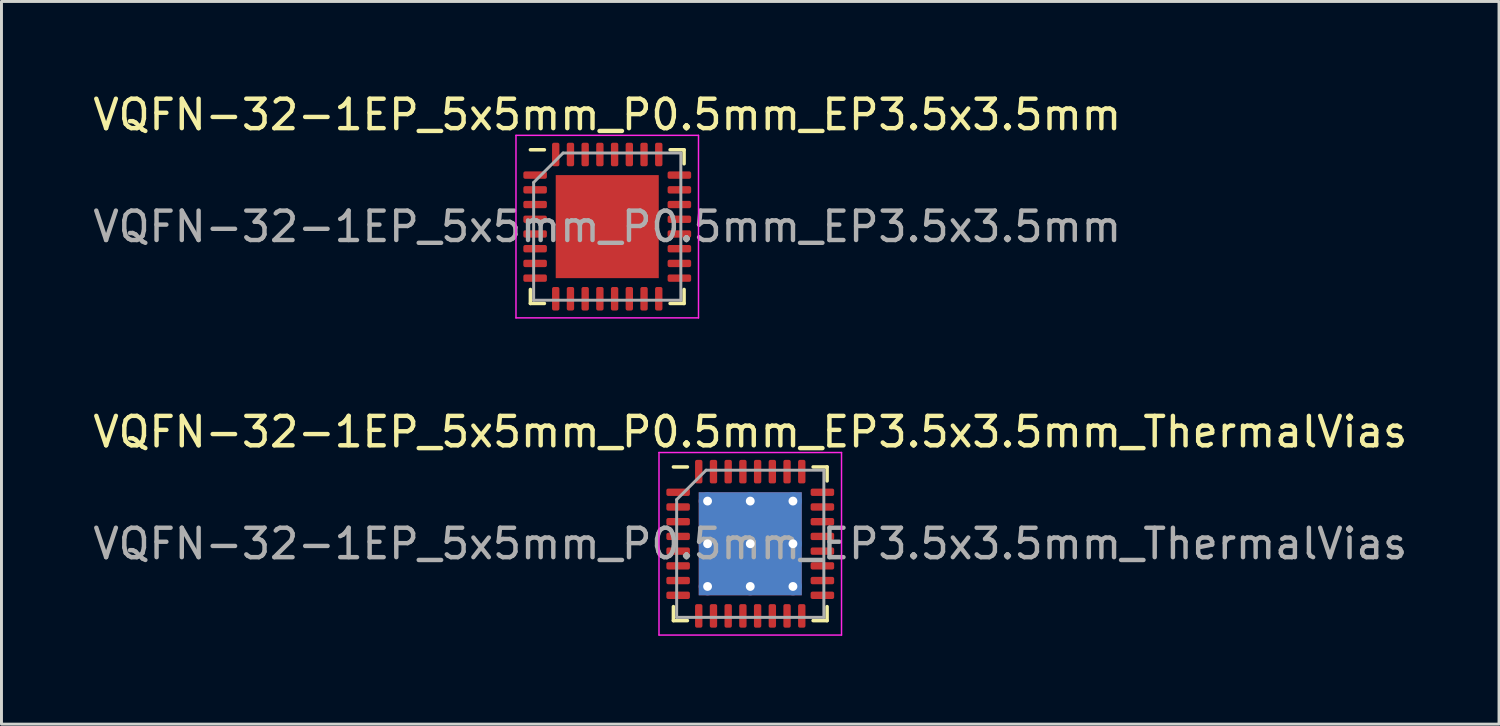
<source format=kicad_pcb>
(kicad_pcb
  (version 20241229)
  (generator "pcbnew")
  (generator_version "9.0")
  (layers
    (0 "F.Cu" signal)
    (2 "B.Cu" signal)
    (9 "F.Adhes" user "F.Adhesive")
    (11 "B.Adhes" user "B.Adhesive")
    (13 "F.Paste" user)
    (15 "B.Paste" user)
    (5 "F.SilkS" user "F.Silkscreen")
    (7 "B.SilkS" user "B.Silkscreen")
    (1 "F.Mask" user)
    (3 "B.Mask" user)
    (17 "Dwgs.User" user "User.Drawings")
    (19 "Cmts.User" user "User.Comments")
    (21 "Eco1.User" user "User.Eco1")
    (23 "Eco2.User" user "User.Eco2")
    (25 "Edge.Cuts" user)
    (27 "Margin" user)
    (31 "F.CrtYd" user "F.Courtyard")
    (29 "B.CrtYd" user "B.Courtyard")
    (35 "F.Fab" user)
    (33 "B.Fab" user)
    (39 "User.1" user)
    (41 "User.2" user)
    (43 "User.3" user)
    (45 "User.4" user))
  (footprint "VQFN-32-1EP_5x5mm_P0.5mm_EP3.5x3.5mm"
    (layer "F.Cu")
    (at 17.577 4.648)
    (property "Reference" "VQFN-32-1EP_5x5mm_P0.5mm_EP3.5x3.5mm" (at 0 -3.8 0) (layer "F.SilkS") (effects (font (size 1 1) (thickness 0.15))))
    (attr smd)
    (fp_line (start -2.61 2.61) (end -2.61 2.135) (stroke (width 0.12) (type solid)) (layer "F.SilkS"))
    (fp_line (start -2.135 -2.61) (end -2.61 -2.61) (stroke (width 0.12) (type solid)) (layer "F.SilkS"))
    (fp_line (start -2.135 2.61) (end -2.61 2.61) (stroke (width 0.12) (type solid)) (layer "F.SilkS"))
    (fp_line (start 2.135 -2.61) (end 2.61 -2.61) (stroke (width 0.12) (type solid)) (layer "F.SilkS"))
    (fp_line (start 2.135 2.61) (end 2.61 2.61) (stroke (width 0.12) (type solid)) (layer "F.SilkS"))
    (fp_line (start 2.61 -2.61) (end 2.61 -2.135) (stroke (width 0.12) (type solid)) (layer "F.SilkS"))
    (fp_line (start 2.61 2.61) (end 2.61 2.135) (stroke (width 0.12) (type solid)) (layer "F.SilkS"))
    (fp_line (start -3.1 -3.1) (end -3.1 3.1) (stroke (width 0.05) (type solid)) (layer "F.CrtYd"))
    (fp_line (start -3.1 3.1) (end 3.1 3.1) (stroke (width 0.05) (type solid)) (layer "F.CrtYd"))
    (fp_line (start 3.1 -3.1) (end -3.1 -3.1) (stroke (width 0.05) (type solid)) (layer "F.CrtYd"))
    (fp_line (start 3.1 3.1) (end 3.1 -3.1) (stroke (width 0.05) (type solid)) (layer "F.CrtYd"))
    (fp_line (start -2.5 -1.5) (end -1.5 -2.5) (stroke (width 0.1) (type solid)) (layer "F.Fab"))
    (fp_line (start -2.5 2.5) (end -2.5 -1.5) (stroke (width 0.1) (type solid)) (layer "F.Fab"))
    (fp_line (start -1.5 -2.5) (end 2.5 -2.5) (stroke (width 0.1) (type solid)) (layer "F.Fab"))
    (fp_line (start 2.5 -2.5) (end 2.5 2.5) (stroke (width 0.1) (type solid)) (layer "F.Fab"))
    (fp_line (start 2.5 2.5) (end -2.5 2.5) (stroke (width 0.1) (type solid)) (layer "F.Fab"))
    (fp_text user "${REFERENCE}" (at 0 0 0) (layer "F.Fab") (effects (font (size 1 1) (thickness 0.15))))
    (pad "" smd roundrect (at -0.875 -0.875) (size 1.41 1.41) (layers "F.Paste") (roundrect_rratio 0.177))
    (pad "" smd roundrect (at -0.875 0.875) (size 1.41 1.41) (layers "F.Paste") (roundrect_rratio 0.177))
    (pad "" smd roundrect (at 0.875 -0.875) (size 1.41 1.41) (layers "F.Paste") (roundrect_rratio 0.177))
    (pad "" smd roundrect (at 0.875 0.875) (size 1.41 1.41) (layers "F.Paste") (roundrect_rratio 0.177))
    (pad "1" smd roundrect (at -2.45 -1.75) (size 0.8 0.25) (layers "F.Cu" "F.Mask" "F.Paste") (roundrect_rratio 0.25))
    (pad "2" smd roundrect (at -2.45 -1.25) (size 0.8 0.25) (layers "F.Cu" "F.Mask" "F.Paste") (roundrect_rratio 0.25))
    (pad "3" smd roundrect (at -2.45 -0.75) (size 0.8 0.25) (layers "F.Cu" "F.Mask" "F.Paste") (roundrect_rratio 0.25))
    (pad "4" smd roundrect (at -2.45 -0.25) (size 0.8 0.25) (layers "F.Cu" "F.Mask" "F.Paste") (roundrect_rratio 0.25))
    (pad "5" smd roundrect (at -2.45 0.25) (size 0.8 0.25) (layers "F.Cu" "F.Mask" "F.Paste") (roundrect_rratio 0.25))
    (pad "6" smd roundrect (at -2.45 0.75) (size 0.8 0.25) (layers "F.Cu" "F.Mask" "F.Paste") (roundrect_rratio 0.25))
    (pad "7" smd roundrect (at -2.45 1.25) (size 0.8 0.25) (layers "F.Cu" "F.Mask" "F.Paste") (roundrect_rratio 0.25))
    (pad "8" smd roundrect (at -2.45 1.75) (size 0.8 0.25) (layers "F.Cu" "F.Mask" "F.Paste") (roundrect_rratio 0.25))
    (pad "9" smd roundrect (at -1.75 2.45) (size 0.25 0.8) (layers "F.Cu" "F.Mask" "F.Paste") (roundrect_rratio 0.25))
    (pad "10" smd roundrect (at -1.25 2.45) (size 0.25 0.8) (layers "F.Cu" "F.Mask" "F.Paste") (roundrect_rratio 0.25))
    (pad "11" smd roundrect (at -0.75 2.45) (size 0.25 0.8) (layers "F.Cu" "F.Mask" "F.Paste") (roundrect_rratio 0.25))
    (pad "12" smd roundrect (at -0.25 2.45) (size 0.25 0.8) (layers "F.Cu" "F.Mask" "F.Paste") (roundrect_rratio 0.25))
    (pad "13" smd roundrect (at 0.25 2.45) (size 0.25 0.8) (layers "F.Cu" "F.Mask" "F.Paste") (roundrect_rratio 0.25))
    (pad "14" smd roundrect (at 0.75 2.45) (size 0.25 0.8) (layers "F.Cu" "F.Mask" "F.Paste") (roundrect_rratio 0.25))
    (pad "15" smd roundrect (at 1.25 2.45) (size 0.25 0.8) (layers "F.Cu" "F.Mask" "F.Paste") (roundrect_rratio 0.25))
    (pad "16" smd roundrect (at 1.75 2.45) (size 0.25 0.8) (layers "F.Cu" "F.Mask" "F.Paste") (roundrect_rratio 0.25))
    (pad "17" smd roundrect (at 2.45 1.75) (size 0.8 0.25) (layers "F.Cu" "F.Mask" "F.Paste") (roundrect_rratio 0.25))
    (pad "18" smd roundrect (at 2.45 1.25) (size 0.8 0.25) (layers "F.Cu" "F.Mask" "F.Paste") (roundrect_rratio 0.25))
    (pad "19" smd roundrect (at 2.45 0.75) (size 0.8 0.25) (layers "F.Cu" "F.Mask" "F.Paste") (roundrect_rratio 0.25))
    (pad "20" smd roundrect (at 2.45 0.25) (size 0.8 0.25) (layers "F.Cu" "F.Mask" "F.Paste") (roundrect_rratio 0.25))
    (pad "21" smd roundrect (at 2.45 -0.25) (size 0.8 0.25) (layers "F.Cu" "F.Mask" "F.Paste") (roundrect_rratio 0.25))
    (pad "22" smd roundrect (at 2.45 -0.75) (size 0.8 0.25) (layers "F.Cu" "F.Mask" "F.Paste") (roundrect_rratio 0.25))
    (pad "23" smd roundrect (at 2.45 -1.25) (size 0.8 0.25) (layers "F.Cu" "F.Mask" "F.Paste") (roundrect_rratio 0.25))
    (pad "24" smd roundrect (at 2.45 -1.75) (size 0.8 0.25) (layers "F.Cu" "F.Mask" "F.Paste") (roundrect_rratio 0.25))
    (pad "25" smd roundrect (at 1.75 -2.45) (size 0.25 0.8) (layers "F.Cu" "F.Mask" "F.Paste") (roundrect_rratio 0.25))
    (pad "26" smd roundrect (at 1.25 -2.45) (size 0.25 0.8) (layers "F.Cu" "F.Mask" "F.Paste") (roundrect_rratio 0.25))
    (pad "27" smd roundrect (at 0.75 -2.45) (size 0.25 0.8) (layers "F.Cu" "F.Mask" "F.Paste") (roundrect_rratio 0.25))
    (pad "28" smd roundrect (at 0.25 -2.45) (size 0.25 0.8) (layers "F.Cu" "F.Mask" "F.Paste") (roundrect_rratio 0.25))
    (pad "29" smd roundrect (at -0.25 -2.45) (size 0.25 0.8) (layers "F.Cu" "F.Mask" "F.Paste") (roundrect_rratio 0.25))
    (pad "30" smd roundrect (at -0.75 -2.45) (size 0.25 0.8) (layers "F.Cu" "F.Mask" "F.Paste") (roundrect_rratio 0.25))
    (pad "31" smd roundrect (at -1.25 -2.45) (size 0.25 0.8) (layers "F.Cu" "F.Mask" "F.Paste") (roundrect_rratio 0.25))
    (pad "32" smd roundrect (at -1.75 -2.45) (size 0.25 0.8) (layers "F.Cu" "F.Mask" "F.Paste") (roundrect_rratio 0.25))
    (pad "33" smd rect (at 0 0) (size 3.5 3.5) (layers "F.Cu" "F.Mask")))
  (footprint "VQFN-32-1EP_5x5mm_P0.5mm_EP3.5x3.5mm_ThermalVias"
    (layer "F.Cu")
    (at 22.435 15.421)
    (property "Reference" "VQFN-32-1EP_5x5mm_P0.5mm_EP3.5x3.5mm_ThermalVias" (at 0 -3.8 0) (layer "F.SilkS") (effects (font (size 1 1) (thickness 0.15))))
    (attr smd)
    (fp_line (start -2.61 2.61) (end -2.61 2.135) (stroke (width 0.12) (type solid)) (layer "F.SilkS"))
    (fp_line (start -2.135 -2.61) (end -2.61 -2.61) (stroke (width 0.12) (type solid)) (layer "F.SilkS"))
    (fp_line (start -2.135 2.61) (end -2.61 2.61) (stroke (width 0.12) (type solid)) (layer "F.SilkS"))
    (fp_line (start 2.135 -2.61) (end 2.61 -2.61) (stroke (width 0.12) (type solid)) (layer "F.SilkS"))
    (fp_line (start 2.135 2.61) (end 2.61 2.61) (stroke (width 0.12) (type solid)) (layer "F.SilkS"))
    (fp_line (start 2.61 -2.61) (end 2.61 -2.135) (stroke (width 0.12) (type solid)) (layer "F.SilkS"))
    (fp_line (start 2.61 2.61) (end 2.61 2.135) (stroke (width 0.12) (type solid)) (layer "F.SilkS"))
    (fp_line (start -3.1 -3.1) (end -3.1 3.1) (stroke (width 0.05) (type solid)) (layer "F.CrtYd"))
    (fp_line (start -3.1 3.1) (end 3.1 3.1) (stroke (width 0.05) (type solid)) (layer "F.CrtYd"))
    (fp_line (start 3.1 -3.1) (end -3.1 -3.1) (stroke (width 0.05) (type solid)) (layer "F.CrtYd"))
    (fp_line (start 3.1 3.1) (end 3.1 -3.1) (stroke (width 0.05) (type solid)) (layer "F.CrtYd"))
    (fp_line (start -2.5 -1.5) (end -1.5 -2.5) (stroke (width 0.1) (type solid)) (layer "F.Fab"))
    (fp_line (start -2.5 2.5) (end -2.5 -1.5) (stroke (width 0.1) (type solid)) (layer "F.Fab"))
    (fp_line (start -1.5 -2.5) (end 2.5 -2.5) (stroke (width 0.1) (type solid)) (layer "F.Fab"))
    (fp_line (start 2.5 -2.5) (end 2.5 2.5) (stroke (width 0.1) (type solid)) (layer "F.Fab"))
    (fp_line (start 2.5 2.5) (end -2.5 2.5) (stroke (width 0.1) (type solid)) (layer "F.Fab"))
    (fp_text user "${REFERENCE}" (at 0 0 0) (layer "F.Fab") (effects (font (size 1 1) (thickness 0.15))))
    (pad "" smd roundrect (at -0.875 -0.875) (size 1.46 1.46) (layers "F.Paste") (roundrect_rratio 0.171))
    (pad "" smd roundrect (at -0.875 0.875) (size 1.46 1.46) (layers "F.Paste") (roundrect_rratio 0.171))
    (pad "" smd roundrect (at 0.875 -0.875) (size 1.46 1.46) (layers "F.Paste") (roundrect_rratio 0.171))
    (pad "" smd roundrect (at 0.875 0.875) (size 1.46 1.46) (layers "F.Paste") (roundrect_rratio 0.171))
    (pad "1" smd roundrect (at -2.45 -1.75) (size 0.8 0.25) (layers "F.Cu" "F.Mask" "F.Paste") (roundrect_rratio 0.25))
    (pad "2" smd roundrect (at -2.45 -1.25) (size 0.8 0.25) (layers "F.Cu" "F.Mask" "F.Paste") (roundrect_rratio 0.25))
    (pad "3" smd roundrect (at -2.45 -0.75) (size 0.8 0.25) (layers "F.Cu" "F.Mask" "F.Paste") (roundrect_rratio 0.25))
    (pad "4" smd roundrect (at -2.45 -0.25) (size 0.8 0.25) (layers "F.Cu" "F.Mask" "F.Paste") (roundrect_rratio 0.25))
    (pad "5" smd roundrect (at -2.45 0.25) (size 0.8 0.25) (layers "F.Cu" "F.Mask" "F.Paste") (roundrect_rratio 0.25))
    (pad "6" smd roundrect (at -2.45 0.75) (size 0.8 0.25) (layers "F.Cu" "F.Mask" "F.Paste") (roundrect_rratio 0.25))
    (pad "7" smd roundrect (at -2.45 1.25) (size 0.8 0.25) (layers "F.Cu" "F.Mask" "F.Paste") (roundrect_rratio 0.25))
    (pad "8" smd roundrect (at -2.45 1.75) (size 0.8 0.25) (layers "F.Cu" "F.Mask" "F.Paste") (roundrect_rratio 0.25))
    (pad "9" smd roundrect (at -1.75 2.45) (size 0.25 0.8) (layers "F.Cu" "F.Mask" "F.Paste") (roundrect_rratio 0.25))
    (pad "10" smd roundrect (at -1.25 2.45) (size 0.25 0.8) (layers "F.Cu" "F.Mask" "F.Paste") (roundrect_rratio 0.25))
    (pad "11" smd roundrect (at -0.75 2.45) (size 0.25 0.8) (layers "F.Cu" "F.Mask" "F.Paste") (roundrect_rratio 0.25))
    (pad "12" smd roundrect (at -0.25 2.45) (size 0.25 0.8) (layers "F.Cu" "F.Mask" "F.Paste") (roundrect_rratio 0.25))
    (pad "13" smd roundrect (at 0.25 2.45) (size 0.25 0.8) (layers "F.Cu" "F.Mask" "F.Paste") (roundrect_rratio 0.25))
    (pad "14" smd roundrect (at 0.75 2.45) (size 0.25 0.8) (layers "F.Cu" "F.Mask" "F.Paste") (roundrect_rratio 0.25))
    (pad "15" smd roundrect (at 1.25 2.45) (size 0.25 0.8) (layers "F.Cu" "F.Mask" "F.Paste") (roundrect_rratio 0.25))
    (pad "16" smd roundrect (at 1.75 2.45) (size 0.25 0.8) (layers "F.Cu" "F.Mask" "F.Paste") (roundrect_rratio 0.25))
    (pad "17" smd roundrect (at 2.45 1.75) (size 0.8 0.25) (layers "F.Cu" "F.Mask" "F.Paste") (roundrect_rratio 0.25))
    (pad "18" smd roundrect (at 2.45 1.25) (size 0.8 0.25) (layers "F.Cu" "F.Mask" "F.Paste") (roundrect_rratio 0.25))
    (pad "19" smd roundrect (at 2.45 0.75) (size 0.8 0.25) (layers "F.Cu" "F.Mask" "F.Paste") (roundrect_rratio 0.25))
    (pad "20" smd roundrect (at 2.45 0.25) (size 0.8 0.25) (layers "F.Cu" "F.Mask" "F.Paste") (roundrect_rratio 0.25))
    (pad "21" smd roundrect (at 2.45 -0.25) (size 0.8 0.25) (layers "F.Cu" "F.Mask" "F.Paste") (roundrect_rratio 0.25))
    (pad "22" smd roundrect (at 2.45 -0.75) (size 0.8 0.25) (layers "F.Cu" "F.Mask" "F.Paste") (roundrect_rratio 0.25))
    (pad "23" smd roundrect (at 2.45 -1.25) (size 0.8 0.25) (layers "F.Cu" "F.Mask" "F.Paste") (roundrect_rratio 0.25))
    (pad "24" smd roundrect (at 2.45 -1.75) (size 0.8 0.25) (layers "F.Cu" "F.Mask" "F.Paste") (roundrect_rratio 0.25))
    (pad "25" smd roundrect (at 1.75 -2.45) (size 0.25 0.8) (layers "F.Cu" "F.Mask" "F.Paste") (roundrect_rratio 0.25))
    (pad "26" smd roundrect (at 1.25 -2.45) (size 0.25 0.8) (layers "F.Cu" "F.Mask" "F.Paste") (roundrect_rratio 0.25))
    (pad "27" smd roundrect (at 0.75 -2.45) (size 0.25 0.8) (layers "F.Cu" "F.Mask" "F.Paste") (roundrect_rratio 0.25))
    (pad "28" smd roundrect (at 0.25 -2.45) (size 0.25 0.8) (layers "F.Cu" "F.Mask" "F.Paste") (roundrect_rratio 0.25))
    (pad "29" smd roundrect (at -0.25 -2.45) (size 0.25 0.8) (layers "F.Cu" "F.Mask" "F.Paste") (roundrect_rratio 0.25))
    (pad "30" smd roundrect (at -0.75 -2.45) (size 0.25 0.8) (layers "F.Cu" "F.Mask" "F.Paste") (roundrect_rratio 0.25))
    (pad "31" smd roundrect (at -1.25 -2.45) (size 0.25 0.8) (layers "F.Cu" "F.Mask" "F.Paste") (roundrect_rratio 0.25))
    (pad "32" smd roundrect (at -1.75 -2.45) (size 0.25 0.8) (layers "F.Cu" "F.Mask" "F.Paste") (roundrect_rratio 0.25))
    (pad "33" thru_hole circle (at -1.45 -1.45) (size 0.6 0.6) (drill 0.3) (layers "*.Cu"))
    (pad "33" thru_hole circle (at -1.45 0) (size 0.6 0.6) (drill 0.3) (layers "*.Cu"))
    (pad "33" thru_hole circle (at -1.45 1.45) (size 0.6 0.6) (drill 0.3) (layers "*.Cu"))
    (pad "33" thru_hole circle (at 0 -1.45) (size 0.6 0.6) (drill 0.3) (layers "*.Cu"))
    (pad "33" thru_hole circle (at 0 0) (size 0.6 0.6) (drill 0.3) (layers "*.Cu"))
    (pad "33" smd rect (at 0 0) (size 3.5 3.5) (layers "F.Cu" "F.Mask"))
    (pad "33" smd rect (at 0 0) (size 3.5 3.5) (layers "B.Cu"))
    (pad "33" thru_hole circle (at 0 1.45) (size 0.6 0.6) (drill 0.3) (layers "*.Cu"))
    (pad "33" thru_hole circle (at 1.45 -1.45) (size 0.6 0.6) (drill 0.3) (layers "*.Cu"))
    (pad "33" thru_hole circle (at 1.45 0) (size 0.6 0.6) (drill 0.3) (layers "*.Cu"))
    (pad "33" thru_hole circle (at 1.45 1.45) (size 0.6 0.6) (drill 0.3) (layers "*.Cu")))
  (gr_rect
    (start -3 -3)
    (end 47.869 21.547)
    (stroke (width 0.1) (type default))
    (fill no)
    (layer "Edge.Cuts")))
</source>
